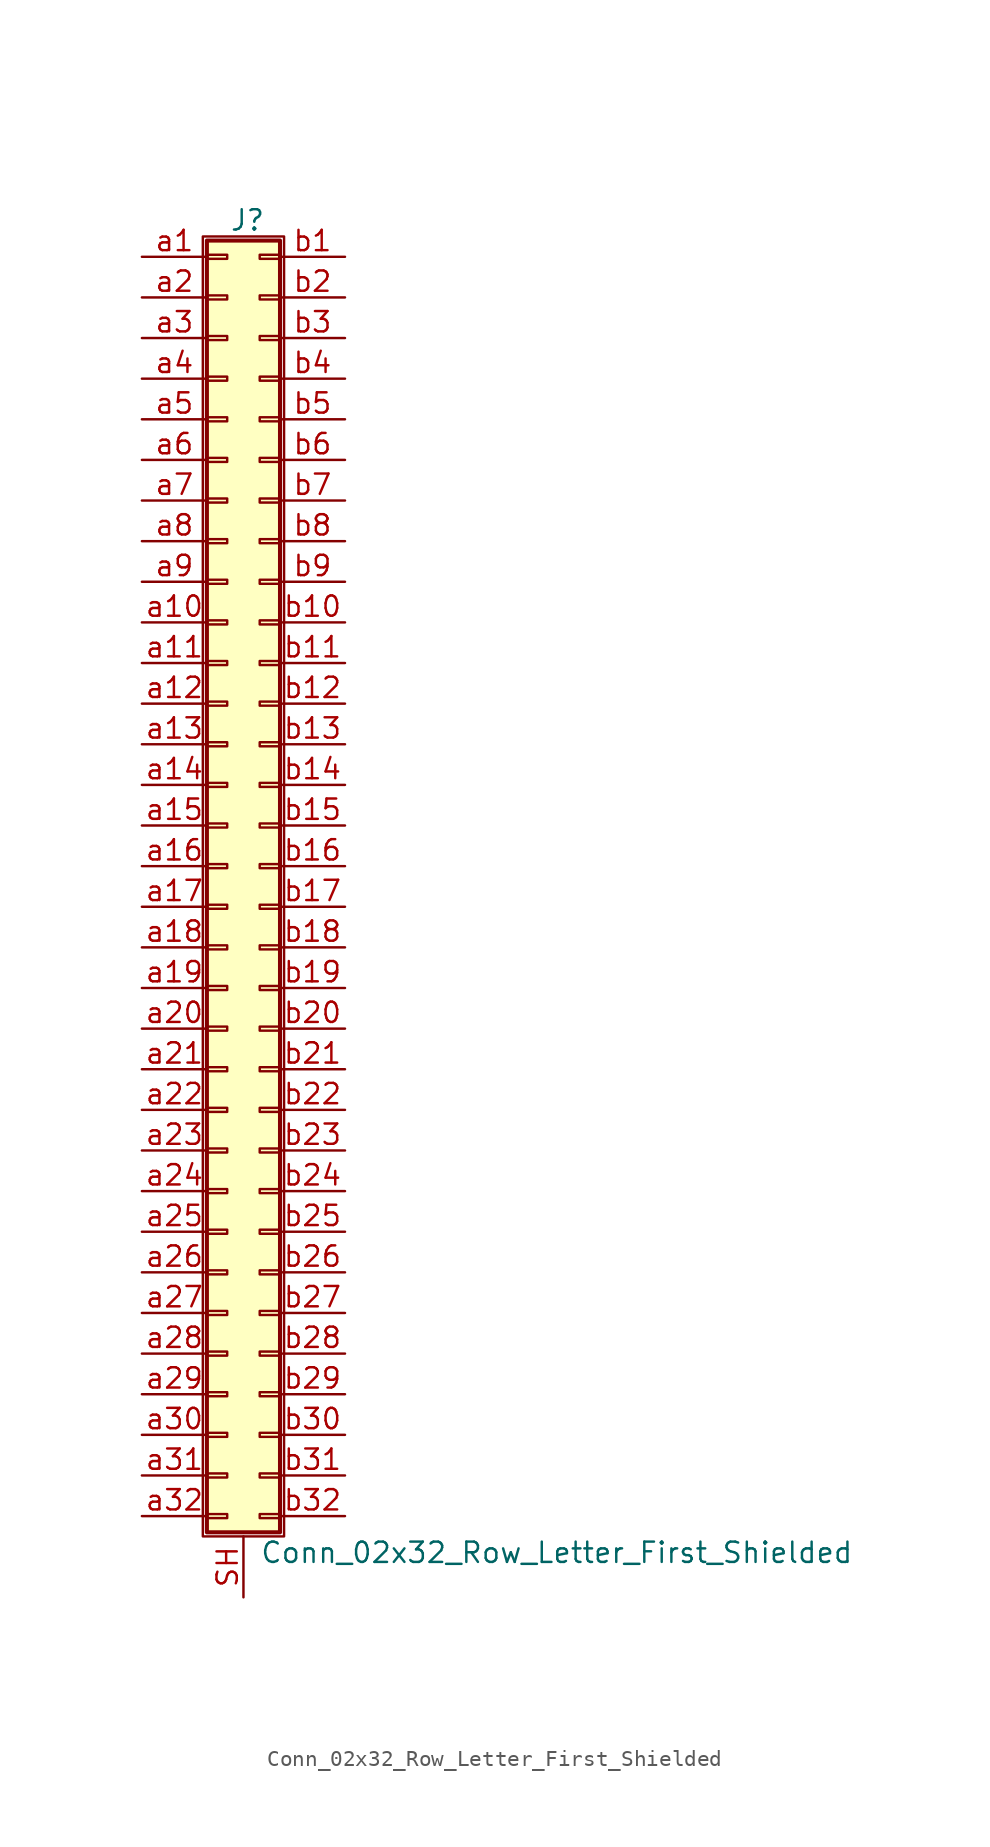
<source format=kicad_sym>
(kicad_symbol_lib
  (version 20201005)
  (generator kicad_symbol_editor)
  (symbol "Conn_02x32_Row_Letter_First_Shielded"
    (pin_names
      (offset 1.016) hide)
    (property "Reference" "J"
      (at 1.524 40.386 0)
      (effects (font (size 1.27 1.27))))
    (property "Value" "Conn_02x32_Row_Letter_First_Shielded"
      (at 2.286 -42.926 0)
      (effects (font (size 1.27 1.27)) (justify left)))
    (symbol "Conn_02x32_Row_Letter_First_Shielded_1_1"
      (rectangle (start -1.27 39.37) (end 3.81 -41.91) (stroke (width 0.152)) (fill (type none)))
      (rectangle (start -1.016 -40.513) (end 0.254 -40.767) (stroke (width 0.152)) (fill (type none)))
      (rectangle (start -1.016 -37.973) (end 0.254 -38.227) (stroke (width 0.152)) (fill (type none)))
      (rectangle (start -1.016 -35.433) (end 0.254 -35.687) (stroke (width 0.152)) (fill (type none)))
      (rectangle (start -1.016 -32.893) (end 0.254 -33.147) (stroke (width 0.152)) (fill (type none)))
      (rectangle (start -1.016 -30.353) (end 0.254 -30.607) (stroke (width 0.152)) (fill (type none)))
      (rectangle (start -1.016 -27.813) (end 0.254 -28.067) (stroke (width 0.152)) (fill (type none)))
      (rectangle (start -1.016 -25.273) (end 0.254 -25.527) (stroke (width 0.152)) (fill (type none)))
      (rectangle (start -1.016 -22.733) (end 0.254 -22.987) (stroke (width 0.152)) (fill (type none)))
      (rectangle (start -1.016 -20.193) (end 0.254 -20.447) (stroke (width 0.152)) (fill (type none)))
      (rectangle (start -1.016 -17.653) (end 0.254 -17.907) (stroke (width 0.152)) (fill (type none)))
      (rectangle (start -1.016 -15.113) (end 0.254 -15.367) (stroke (width 0.152)) (fill (type none)))
      (rectangle (start -1.016 -12.573) (end 0.254 -12.827) (stroke (width 0.152)) (fill (type none)))
      (rectangle (start -1.016 -10.033) (end 0.254 -10.287) (stroke (width 0.152)) (fill (type none)))
      (rectangle (start -1.016 -7.493) (end 0.254 -7.747) (stroke (width 0.152)) (fill (type none)))
      (rectangle (start -1.016 -4.953) (end 0.254 -5.207) (stroke (width 0.152)) (fill (type none)))
      (rectangle (start -1.016 -2.413) (end 0.254 -2.667) (stroke (width 0.152)) (fill (type none)))
      (rectangle (start -1.016 0.127) (end 0.254 -0.127) (stroke (width 0.152)) (fill (type none)))
      (rectangle (start -1.016 2.667) (end 0.254 2.413) (stroke (width 0.152)) (fill (type none)))
      (rectangle (start -1.016 5.207) (end 0.254 4.953) (stroke (width 0.152)) (fill (type none)))
      (rectangle (start -1.016 7.747) (end 0.254 7.493) (stroke (width 0.152)) (fill (type none)))
      (rectangle (start -1.016 10.287) (end 0.254 10.033) (stroke (width 0.152)) (fill (type none)))
      (rectangle (start -1.016 12.827) (end 0.254 12.573) (stroke (width 0.152)) (fill (type none)))
      (rectangle (start -1.016 15.367) (end 0.254 15.113) (stroke (width 0.152)) (fill (type none)))
      (rectangle (start -1.016 17.907) (end 0.254 17.653) (stroke (width 0.152)) (fill (type none)))
      (rectangle (start -1.016 20.447) (end 0.254 20.193) (stroke (width 0.152)) (fill (type none)))
      (rectangle (start -1.016 22.987) (end 0.254 22.733) (stroke (width 0.152)) (fill (type none)))
      (rectangle (start -1.016 25.527) (end 0.254 25.273) (stroke (width 0.152)) (fill (type none)))
      (rectangle (start -1.016 28.067) (end 0.254 27.813) (stroke (width 0.152)) (fill (type none)))
      (rectangle (start -1.016 30.607) (end 0.254 30.353) (stroke (width 0.152)) (fill (type none)))
      (rectangle (start -1.016 33.147) (end 0.254 32.893) (stroke (width 0.152)) (fill (type none)))
      (rectangle (start -1.016 35.687) (end 0.254 35.433) (stroke (width 0.152)) (fill (type none)))
      (rectangle (start -1.016 38.227) (end 0.254 37.973) (stroke (width 0.152)) (fill (type none)))
      (rectangle (start -1.016 39.116) (end 3.556 -41.656) (stroke (width 0.254)) (fill (type background)))
      (rectangle (start 3.556 -40.513) (end 2.286 -40.767) (stroke (width 0.152)) (fill (type none)))
      (rectangle (start 3.556 -37.973) (end 2.286 -38.227) (stroke (width 0.152)) (fill (type none)))
      (rectangle (start 3.556 -35.433) (end 2.286 -35.687) (stroke (width 0.152)) (fill (type none)))
      (rectangle (start 3.556 -32.893) (end 2.286 -33.147) (stroke (width 0.152)) (fill (type none)))
      (rectangle (start 3.556 -30.353) (end 2.286 -30.607) (stroke (width 0.152)) (fill (type none)))
      (rectangle (start 3.556 -27.813) (end 2.286 -28.067) (stroke (width 0.152)) (fill (type none)))
      (rectangle (start 3.556 -25.273) (end 2.286 -25.527) (stroke (width 0.152)) (fill (type none)))
      (rectangle (start 3.556 -22.733) (end 2.286 -22.987) (stroke (width 0.152)) (fill (type none)))
      (rectangle (start 3.556 -20.193) (end 2.286 -20.447) (stroke (width 0.152)) (fill (type none)))
      (rectangle (start 3.556 -17.653) (end 2.286 -17.907) (stroke (width 0.152)) (fill (type none)))
      (rectangle (start 3.556 -15.113) (end 2.286 -15.367) (stroke (width 0.152)) (fill (type none)))
      (rectangle (start 3.556 -12.573) (end 2.286 -12.827) (stroke (width 0.152)) (fill (type none)))
      (rectangle (start 3.556 -10.033) (end 2.286 -10.287) (stroke (width 0.152)) (fill (type none)))
      (rectangle (start 3.556 -7.493) (end 2.286 -7.747) (stroke (width 0.152)) (fill (type none)))
      (rectangle (start 3.556 -4.953) (end 2.286 -5.207) (stroke (width 0.152)) (fill (type none)))
      (rectangle (start 3.556 -2.413) (end 2.286 -2.667) (stroke (width 0.152)) (fill (type none)))
      (rectangle (start 3.556 0.127) (end 2.286 -0.127) (stroke (width 0.152)) (fill (type none)))
      (rectangle (start 3.556 2.667) (end 2.286 2.413) (stroke (width 0.152)) (fill (type none)))
      (rectangle (start 3.556 5.207) (end 2.286 4.953) (stroke (width 0.152)) (fill (type none)))
      (rectangle (start 3.556 7.747) (end 2.286 7.493) (stroke (width 0.152)) (fill (type none)))
      (rectangle (start 3.556 10.287) (end 2.286 10.033) (stroke (width 0.152)) (fill (type none)))
      (rectangle (start 3.556 12.827) (end 2.286 12.573) (stroke (width 0.152)) (fill (type none)))
      (rectangle (start 3.556 15.367) (end 2.286 15.113) (stroke (width 0.152)) (fill (type none)))
      (rectangle (start 3.556 17.907) (end 2.286 17.653) (stroke (width 0.152)) (fill (type none)))
      (rectangle (start 3.556 20.447) (end 2.286 20.193) (stroke (width 0.152)) (fill (type none)))
      (rectangle (start 3.556 22.987) (end 2.286 22.733) (stroke (width 0.152)) (fill (type none)))
      (rectangle (start 3.556 25.527) (end 2.286 25.273) (stroke (width 0.152)) (fill (type none)))
      (rectangle (start 3.556 28.067) (end 2.286 27.813) (stroke (width 0.152)) (fill (type none)))
      (rectangle (start 3.556 30.607) (end 2.286 30.353) (stroke (width 0.152)) (fill (type none)))
      (rectangle (start 3.556 33.147) (end 2.286 32.893) (stroke (width 0.152)) (fill (type none)))
      (rectangle (start 3.556 35.687) (end 2.286 35.433) (stroke (width 0.152)) (fill (type none)))
      (rectangle (start 3.556 38.227) (end 2.286 37.973) (stroke (width 0.152)) (fill (type none)))
      (pin passive line (at 1.27 -45.72 90) (length 3.81) (name "Shield" (effects (font (size 1.27 1.27)))) (number "SH" (effects (font (size 1.27 1.27)))))
      (pin passive line (at -5.08 38.1 0) (length 4.064) (name "Pin_a1" (effects (font (size 1.27 1.27)))) (number "a1" (effects (font (size 1.27 1.27)))))
      (pin passive line (at -5.08 15.24 0) (length 4.064) (name "Pin_a10" (effects (font (size 1.27 1.27)))) (number "a10" (effects (font (size 1.27 1.27)))))
      (pin passive line (at -5.08 12.7 0) (length 4.064) (name "Pin_a11" (effects (font (size 1.27 1.27)))) (number "a11" (effects (font (size 1.27 1.27)))))
      (pin passive line (at -5.08 10.16 0) (length 4.064) (name "Pin_a12" (effects (font (size 1.27 1.27)))) (number "a12" (effects (font (size 1.27 1.27)))))
      (pin passive line (at -5.08 7.62 0) (length 4.064) (name "Pin_a13" (effects (font (size 1.27 1.27)))) (number "a13" (effects (font (size 1.27 1.27)))))
      (pin passive line (at -5.08 5.08 0) (length 4.064) (name "Pin_a14" (effects (font (size 1.27 1.27)))) (number "a14" (effects (font (size 1.27 1.27)))))
      (pin passive line (at -5.08 2.54 0) (length 4.064) (name "Pin_a15" (effects (font (size 1.27 1.27)))) (number "a15" (effects (font (size 1.27 1.27)))))
      (pin passive line (at -5.08 0 0) (length 4.064) (name "Pin_a16" (effects (font (size 1.27 1.27)))) (number "a16" (effects (font (size 1.27 1.27)))))
      (pin passive line (at -5.08 -2.54 0) (length 4.064) (name "Pin_a17" (effects (font (size 1.27 1.27)))) (number "a17" (effects (font (size 1.27 1.27)))))
      (pin passive line (at -5.08 -5.08 0) (length 4.064) (name "Pin_a18" (effects (font (size 1.27 1.27)))) (number "a18" (effects (font (size 1.27 1.27)))))
      (pin passive line (at -5.08 -7.62 0) (length 4.064) (name "Pin_a19" (effects (font (size 1.27 1.27)))) (number "a19" (effects (font (size 1.27 1.27)))))
      (pin passive line (at -5.08 35.56 0) (length 4.064) (name "Pin_a2" (effects (font (size 1.27 1.27)))) (number "a2" (effects (font (size 1.27 1.27)))))
      (pin passive line (at -5.08 -10.16 0) (length 4.064) (name "Pin_a20" (effects (font (size 1.27 1.27)))) (number "a20" (effects (font (size 1.27 1.27)))))
      (pin passive line (at -5.08 -12.7 0) (length 4.064) (name "Pin_a21" (effects (font (size 1.27 1.27)))) (number "a21" (effects (font (size 1.27 1.27)))))
      (pin passive line (at -5.08 -15.24 0) (length 4.064) (name "Pin_a22" (effects (font (size 1.27 1.27)))) (number "a22" (effects (font (size 1.27 1.27)))))
      (pin passive line (at -5.08 -17.78 0) (length 4.064) (name "Pin_a23" (effects (font (size 1.27 1.27)))) (number "a23" (effects (font (size 1.27 1.27)))))
      (pin passive line (at -5.08 -20.32 0) (length 4.064) (name "Pin_a24" (effects (font (size 1.27 1.27)))) (number "a24" (effects (font (size 1.27 1.27)))))
      (pin passive line (at -5.08 -22.86 0) (length 4.064) (name "Pin_a25" (effects (font (size 1.27 1.27)))) (number "a25" (effects (font (size 1.27 1.27)))))
      (pin passive line (at -5.08 -25.4 0) (length 4.064) (name "Pin_a26" (effects (font (size 1.27 1.27)))) (number "a26" (effects (font (size 1.27 1.27)))))
      (pin passive line (at -5.08 -27.94 0) (length 4.064) (name "Pin_a27" (effects (font (size 1.27 1.27)))) (number "a27" (effects (font (size 1.27 1.27)))))
      (pin passive line (at -5.08 -30.48 0) (length 4.064) (name "Pin_a28" (effects (font (size 1.27 1.27)))) (number "a28" (effects (font (size 1.27 1.27)))))
      (pin passive line (at -5.08 -33.02 0) (length 4.064) (name "Pin_a29" (effects (font (size 1.27 1.27)))) (number "a29" (effects (font (size 1.27 1.27)))))
      (pin passive line (at -5.08 33.02 0) (length 4.064) (name "Pin_a3" (effects (font (size 1.27 1.27)))) (number "a3" (effects (font (size 1.27 1.27)))))
      (pin passive line (at -5.08 -35.56 0) (length 4.064) (name "Pin_a30" (effects (font (size 1.27 1.27)))) (number "a30" (effects (font (size 1.27 1.27)))))
      (pin passive line (at -5.08 -38.1 0) (length 4.064) (name "Pin_a31" (effects (font (size 1.27 1.27)))) (number "a31" (effects (font (size 1.27 1.27)))))
      (pin passive line (at -5.08 -40.64 0) (length 4.064) (name "Pin_a32" (effects (font (size 1.27 1.27)))) (number "a32" (effects (font (size 1.27 1.27)))))
      (pin passive line (at -5.08 30.48 0) (length 4.064) (name "Pin_a4" (effects (font (size 1.27 1.27)))) (number "a4" (effects (font (size 1.27 1.27)))))
      (pin passive line (at -5.08 27.94 0) (length 4.064) (name "Pin_a5" (effects (font (size 1.27 1.27)))) (number "a5" (effects (font (size 1.27 1.27)))))
      (pin passive line (at -5.08 25.4 0) (length 4.064) (name "Pin_a6" (effects (font (size 1.27 1.27)))) (number "a6" (effects (font (size 1.27 1.27)))))
      (pin passive line (at -5.08 22.86 0) (length 4.064) (name "Pin_a7" (effects (font (size 1.27 1.27)))) (number "a7" (effects (font (size 1.27 1.27)))))
      (pin passive line (at -5.08 20.32 0) (length 4.064) (name "Pin_a8" (effects (font (size 1.27 1.27)))) (number "a8" (effects (font (size 1.27 1.27)))))
      (pin passive line (at -5.08 17.78 0) (length 4.064) (name "Pin_a9" (effects (font (size 1.27 1.27)))) (number "a9" (effects (font (size 1.27 1.27)))))
      (pin passive line (at 7.62 38.1 180) (length 4.064) (name "Pin_b1" (effects (font (size 1.27 1.27)))) (number "b1" (effects (font (size 1.27 1.27)))))
      (pin passive line (at 7.62 15.24 180) (length 4.064) (name "Pin_b10" (effects (font (size 1.27 1.27)))) (number "b10" (effects (font (size 1.27 1.27)))))
      (pin passive line (at 7.62 12.7 180) (length 4.064) (name "Pin_b11" (effects (font (size 1.27 1.27)))) (number "b11" (effects (font (size 1.27 1.27)))))
      (pin passive line (at 7.62 10.16 180) (length 4.064) (name "Pin_b12" (effects (font (size 1.27 1.27)))) (number "b12" (effects (font (size 1.27 1.27)))))
      (pin passive line (at 7.62 7.62 180) (length 4.064) (name "Pin_b13" (effects (font (size 1.27 1.27)))) (number "b13" (effects (font (size 1.27 1.27)))))
      (pin passive line (at 7.62 5.08 180) (length 4.064) (name "Pin_b14" (effects (font (size 1.27 1.27)))) (number "b14" (effects (font (size 1.27 1.27)))))
      (pin passive line (at 7.62 2.54 180) (length 4.064) (name "Pin_b15" (effects (font (size 1.27 1.27)))) (number "b15" (effects (font (size 1.27 1.27)))))
      (pin passive line (at 7.62 0 180) (length 4.064) (name "Pin_b16" (effects (font (size 1.27 1.27)))) (number "b16" (effects (font (size 1.27 1.27)))))
      (pin passive line (at 7.62 -2.54 180) (length 4.064) (name "Pin_b17" (effects (font (size 1.27 1.27)))) (number "b17" (effects (font (size 1.27 1.27)))))
      (pin passive line (at 7.62 -5.08 180) (length 4.064) (name "Pin_b18" (effects (font (size 1.27 1.27)))) (number "b18" (effects (font (size 1.27 1.27)))))
      (pin passive line (at 7.62 -7.62 180) (length 4.064) (name "Pin_b19" (effects (font (size 1.27 1.27)))) (number "b19" (effects (font (size 1.27 1.27)))))
      (pin passive line (at 7.62 35.56 180) (length 4.064) (name "Pin_b2" (effects (font (size 1.27 1.27)))) (number "b2" (effects (font (size 1.27 1.27)))))
      (pin passive line (at 7.62 -10.16 180) (length 4.064) (name "Pin_b20" (effects (font (size 1.27 1.27)))) (number "b20" (effects (font (size 1.27 1.27)))))
      (pin passive line (at 7.62 -12.7 180) (length 4.064) (name "Pin_b21" (effects (font (size 1.27 1.27)))) (number "b21" (effects (font (size 1.27 1.27)))))
      (pin passive line (at 7.62 -15.24 180) (length 4.064) (name "Pin_b22" (effects (font (size 1.27 1.27)))) (number "b22" (effects (font (size 1.27 1.27)))))
      (pin passive line (at 7.62 -17.78 180) (length 4.064) (name "Pin_b23" (effects (font (size 1.27 1.27)))) (number "b23" (effects (font (size 1.27 1.27)))))
      (pin passive line (at 7.62 -20.32 180) (length 4.064) (name "Pin_b24" (effects (font (size 1.27 1.27)))) (number "b24" (effects (font (size 1.27 1.27)))))
      (pin passive line (at 7.62 -22.86 180) (length 4.064) (name "Pin_b25" (effects (font (size 1.27 1.27)))) (number "b25" (effects (font (size 1.27 1.27)))))
      (pin passive line (at 7.62 -25.4 180) (length 4.064) (name "Pin_b26" (effects (font (size 1.27 1.27)))) (number "b26" (effects (font (size 1.27 1.27)))))
      (pin passive line (at 7.62 -27.94 180) (length 4.064) (name "Pin_b27" (effects (font (size 1.27 1.27)))) (number "b27" (effects (font (size 1.27 1.27)))))
      (pin passive line (at 7.62 -30.48 180) (length 4.064) (name "Pin_b28" (effects (font (size 1.27 1.27)))) (number "b28" (effects (font (size 1.27 1.27)))))
      (pin passive line (at 7.62 -33.02 180) (length 4.064) (name "Pin_b29" (effects (font (size 1.27 1.27)))) (number "b29" (effects (font (size 1.27 1.27)))))
      (pin passive line (at 7.62 33.02 180) (length 4.064) (name "Pin_b3" (effects (font (size 1.27 1.27)))) (number "b3" (effects (font (size 1.27 1.27)))))
      (pin passive line (at 7.62 -35.56 180) (length 4.064) (name "Pin_b30" (effects (font (size 1.27 1.27)))) (number "b30" (effects (font (size 1.27 1.27)))))
      (pin passive line (at 7.62 -38.1 180) (length 4.064) (name "Pin_b31" (effects (font (size 1.27 1.27)))) (number "b31" (effects (font (size 1.27 1.27)))))
      (pin passive line (at 7.62 -40.64 180) (length 4.064) (name "Pin_b32" (effects (font (size 1.27 1.27)))) (number "b32" (effects (font (size 1.27 1.27)))))
      (pin passive line (at 7.62 30.48 180) (length 4.064) (name "Pin_b4" (effects (font (size 1.27 1.27)))) (number "b4" (effects (font (size 1.27 1.27)))))
      (pin passive line (at 7.62 27.94 180) (length 4.064) (name "Pin_b5" (effects (font (size 1.27 1.27)))) (number "b5" (effects (font (size 1.27 1.27)))))
      (pin passive line (at 7.62 25.4 180) (length 4.064) (name "Pin_b6" (effects (font (size 1.27 1.27)))) (number "b6" (effects (font (size 1.27 1.27)))))
      (pin passive line (at 7.62 22.86 180) (length 4.064) (name "Pin_b7" (effects (font (size 1.27 1.27)))) (number "b7" (effects (font (size 1.27 1.27)))))
      (pin passive line (at 7.62 20.32 180) (length 4.064) (name "Pin_b8" (effects (font (size 1.27 1.27)))) (number "b8" (effects (font (size 1.27 1.27)))))
      (pin passive line (at 7.62 17.78 180) (length 4.064) (name "Pin_b9" (effects (font (size 1.27 1.27)))) (number "b9" (effects (font (size 1.27 1.27))))))))
</source>
